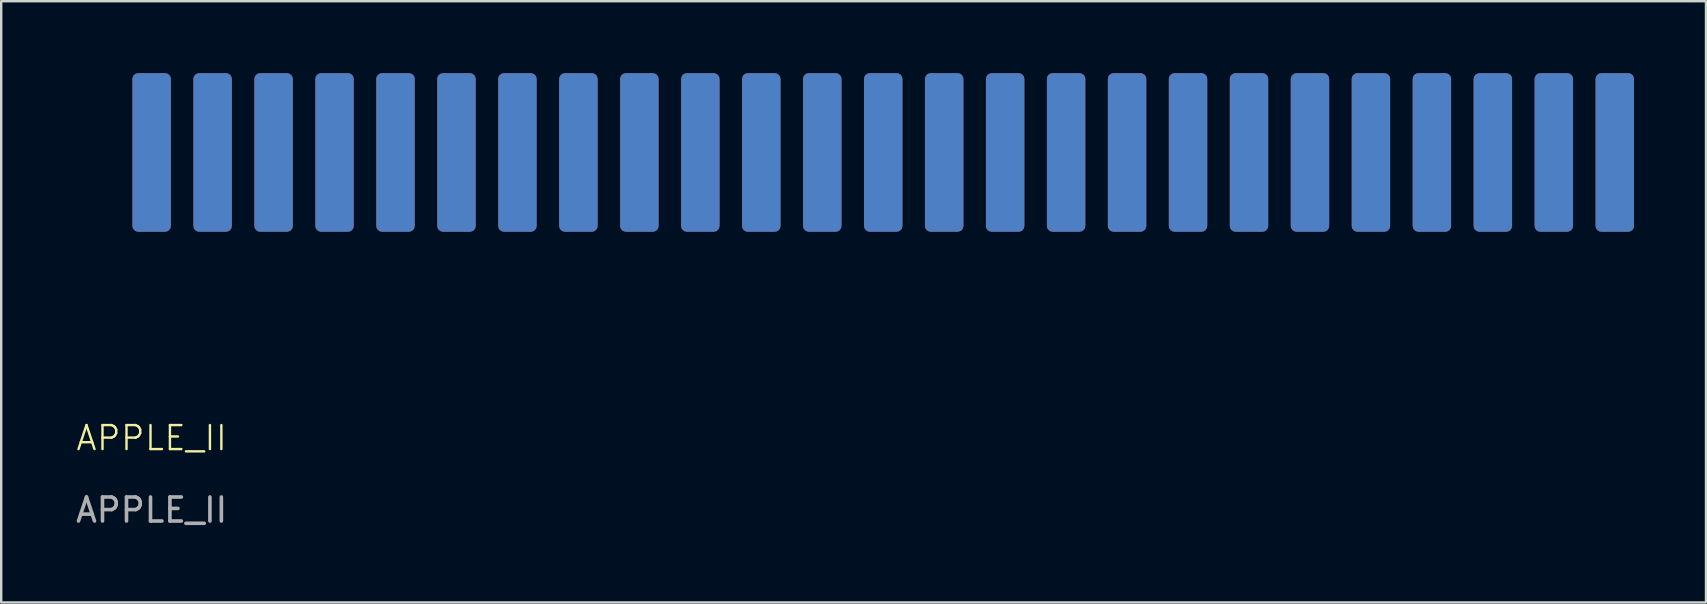
<source format=kicad_pcb>
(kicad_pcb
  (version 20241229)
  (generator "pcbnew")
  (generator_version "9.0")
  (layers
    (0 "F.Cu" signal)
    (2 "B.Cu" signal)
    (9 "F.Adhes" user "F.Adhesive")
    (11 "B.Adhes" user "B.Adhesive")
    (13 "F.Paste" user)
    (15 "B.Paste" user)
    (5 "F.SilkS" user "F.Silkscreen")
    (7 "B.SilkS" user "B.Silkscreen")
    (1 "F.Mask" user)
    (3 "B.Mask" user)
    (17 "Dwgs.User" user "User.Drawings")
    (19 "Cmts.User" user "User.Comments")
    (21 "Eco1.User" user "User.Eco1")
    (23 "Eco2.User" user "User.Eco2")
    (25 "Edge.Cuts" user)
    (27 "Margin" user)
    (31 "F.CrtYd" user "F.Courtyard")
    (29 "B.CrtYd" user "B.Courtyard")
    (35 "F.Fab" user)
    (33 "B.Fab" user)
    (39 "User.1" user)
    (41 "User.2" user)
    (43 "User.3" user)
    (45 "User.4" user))
  (footprint "APPLE_II"
    (layer "F.Cu")
    (at 3.268 3.302)
    (property "Reference" "APPLE_II" (at 0 11.9 0) (unlocked yes) (layer "F.SilkS") (effects (font (size 1 1) (thickness 0.1))))
    (attr smd)
    (fp_text user "${REFERENCE}" (at 0 14.9 0) (unlocked yes) (layer "F.Fab") (effects (font (size 1 1) (thickness 0.15))))
    (pad "1" smd roundrect (at 0 0) (size 1.6 6.604) (layers "F.Cu" "F.Mask" "F.Paste") (roundrect_rratio 0.15))
    (pad "2" smd roundrect (at 2.54 0) (size 1.6 6.604) (layers "F.Cu" "F.Mask" "F.Paste") (roundrect_rratio 0.15))
    (pad "3" smd roundrect (at 5.08 0) (size 1.6 6.604) (layers "F.Cu" "F.Mask" "F.Paste") (roundrect_rratio 0.15))
    (pad "4" smd roundrect (at 7.62 0) (size 1.6 6.604) (layers "F.Cu" "F.Mask" "F.Paste") (roundrect_rratio 0.15))
    (pad "5" smd roundrect (at 10.16 0) (size 1.6 6.604) (layers "F.Cu" "F.Mask" "F.Paste") (roundrect_rratio 0.15))
    (pad "6" smd roundrect (at 12.7 0) (size 1.6 6.604) (layers "F.Cu" "F.Mask" "F.Paste") (roundrect_rratio 0.15))
    (pad "7" smd roundrect (at 15.24 0) (size 1.6 6.604) (layers "F.Cu" "F.Mask" "F.Paste") (roundrect_rratio 0.15))
    (pad "8" smd roundrect (at 17.78 0) (size 1.6 6.604) (layers "F.Cu" "F.Mask" "F.Paste") (roundrect_rratio 0.15))
    (pad "9" smd roundrect (at 20.32 0) (size 1.6 6.604) (layers "F.Cu" "F.Mask" "F.Paste") (roundrect_rratio 0.15))
    (pad "10" smd roundrect (at 22.86 0) (size 1.6 6.604) (layers "F.Cu" "F.Mask" "F.Paste") (roundrect_rratio 0.15))
    (pad "11" smd roundrect (at 25.4 0) (size 1.6 6.604) (layers "F.Cu" "F.Mask" "F.Paste") (roundrect_rratio 0.15))
    (pad "12" smd roundrect (at 27.94 0) (size 1.6 6.604) (layers "F.Cu" "F.Mask" "F.Paste") (roundrect_rratio 0.15))
    (pad "13" smd roundrect (at 30.48 0) (size 1.6 6.604) (layers "F.Cu" "F.Mask" "F.Paste") (roundrect_rratio 0.15))
    (pad "14" smd roundrect (at 33.02 0) (size 1.6 6.604) (layers "F.Cu" "F.Mask" "F.Paste") (roundrect_rratio 0.15))
    (pad "15" smd roundrect (at 35.56 0) (size 1.6 6.604) (layers "F.Cu" "F.Mask" "F.Paste") (roundrect_rratio 0.15))
    (pad "16" smd roundrect (at 38.1 0) (size 1.6 6.604) (layers "F.Cu" "F.Mask" "F.Paste") (roundrect_rratio 0.15))
    (pad "17" smd roundrect (at 40.64 0) (size 1.6 6.604) (layers "F.Cu" "F.Mask" "F.Paste") (roundrect_rratio 0.15))
    (pad "18" smd roundrect (at 43.18 0) (size 1.6 6.604) (layers "F.Cu" "F.Mask" "F.Paste") (roundrect_rratio 0.15))
    (pad "19" smd roundrect (at 45.72 0) (size 1.6 6.604) (layers "F.Cu" "F.Mask" "F.Paste") (roundrect_rratio 0.15))
    (pad "20" smd roundrect (at 48.26 0) (size 1.6 6.604) (layers "F.Cu" "F.Mask" "F.Paste") (roundrect_rratio 0.15))
    (pad "21" smd roundrect (at 50.8 0) (size 1.6 6.604) (layers "F.Cu" "F.Mask" "F.Paste") (roundrect_rratio 0.15))
    (pad "22" smd roundrect (at 53.34 0) (size 1.6 6.604) (layers "F.Cu" "F.Mask" "F.Paste") (roundrect_rratio 0.15))
    (pad "23" smd roundrect (at 55.88 0) (size 1.6 6.604) (layers "F.Cu" "F.Mask" "F.Paste") (roundrect_rratio 0.15))
    (pad "24" smd roundrect (at 58.42 0) (size 1.6 6.604) (layers "F.Cu" "F.Mask" "F.Paste") (roundrect_rratio 0.15))
    (pad "25" smd roundrect (at 60.96 0) (size 1.6 6.604) (layers "F.Cu" "F.Mask" "F.Paste") (roundrect_rratio 0.15))
    (pad "26" smd roundrect (at 60.96 0 180) (size 1.6 6.604) (layers "B.Cu" "B.Mask" "B.Paste") (roundrect_rratio 0.15))
    (pad "27" smd roundrect (at 58.42 0 180) (size 1.6 6.604) (layers "B.Cu" "B.Mask" "B.Paste") (roundrect_rratio 0.15))
    (pad "28" smd roundrect (at 55.88 0 180) (size 1.6 6.604) (layers "B.Cu" "B.Mask" "B.Paste") (roundrect_rratio 0.15))
    (pad "29" smd roundrect (at 53.34 0 180) (size 1.6 6.604) (layers "B.Cu" "B.Mask" "B.Paste") (roundrect_rratio 0.15))
    (pad "30" smd roundrect (at 50.8 0 180) (size 1.6 6.604) (layers "B.Cu" "B.Mask" "B.Paste") (roundrect_rratio 0.15))
    (pad "31" smd roundrect (at 48.26 0 180) (size 1.6 6.604) (layers "B.Cu" "B.Mask" "B.Paste") (roundrect_rratio 0.15))
    (pad "32" smd roundrect (at 45.72 0 180) (size 1.6 6.604) (layers "B.Cu" "B.Mask" "B.Paste") (roundrect_rratio 0.15))
    (pad "33" smd roundrect (at 43.18 0 180) (size 1.6 6.604) (layers "B.Cu" "B.Mask" "B.Paste") (roundrect_rratio 0.15))
    (pad "34" smd roundrect (at 40.64 0 180) (size 1.6 6.604) (layers "B.Cu" "B.Mask" "B.Paste") (roundrect_rratio 0.15))
    (pad "35" smd roundrect (at 38.1 0 180) (size 1.6 6.604) (layers "B.Cu" "B.Mask" "B.Paste") (roundrect_rratio 0.15))
    (pad "36" smd roundrect (at 35.56 0 180) (size 1.6 6.604) (layers "B.Cu" "B.Mask" "B.Paste") (roundrect_rratio 0.15))
    (pad "37" smd roundrect (at 33.02 0 180) (size 1.6 6.604) (layers "B.Cu" "B.Mask" "B.Paste") (roundrect_rratio 0.15))
    (pad "38" smd roundrect (at 30.48 0 180) (size 1.6 6.604) (layers "B.Cu" "B.Mask" "B.Paste") (roundrect_rratio 0.15))
    (pad "39" smd roundrect (at 27.94 0 180) (size 1.6 6.604) (layers "B.Cu" "B.Mask" "B.Paste") (roundrect_rratio 0.15))
    (pad "40" smd roundrect (at 25.4 0 180) (size 1.6 6.604) (layers "B.Cu" "B.Mask" "B.Paste") (roundrect_rratio 0.15))
    (pad "41" smd roundrect (at 22.86 0 180) (size 1.6 6.604) (layers "B.Cu" "B.Mask" "B.Paste") (roundrect_rratio 0.15))
    (pad "42" smd roundrect (at 20.32 0 180) (size 1.6 6.604) (layers "B.Cu" "B.Mask" "B.Paste") (roundrect_rratio 0.15))
    (pad "43" smd roundrect (at 17.78 0 180) (size 1.6 6.604) (layers "B.Cu" "B.Mask" "B.Paste") (roundrect_rratio 0.15))
    (pad "44" smd roundrect (at 15.24 0 180) (size 1.6 6.604) (layers "B.Cu" "B.Mask" "B.Paste") (roundrect_rratio 0.15))
    (pad "45" smd roundrect (at 12.7 0 180) (size 1.6 6.604) (layers "B.Cu" "B.Mask" "B.Paste") (roundrect_rratio 0.15))
    (pad "46" smd roundrect (at 10.16 0 180) (size 1.6 6.604) (layers "B.Cu" "B.Mask" "B.Paste") (roundrect_rratio 0.15))
    (pad "47" smd roundrect (at 7.62 0 180) (size 1.6 6.604) (layers "B.Cu" "B.Mask" "B.Paste") (roundrect_rratio 0.15))
    (pad "48" smd roundrect (at 5.08 0 180) (size 1.6 6.604) (layers "B.Cu" "B.Mask" "B.Paste") (roundrect_rratio 0.15))
    (pad "49" smd roundrect (at 2.54 0 180) (size 1.6 6.604) (layers "B.Cu" "B.Mask" "B.Paste") (roundrect_rratio 0.15))
    (pad "50" smd roundrect (at 0 0 180) (size 1.6 6.604) (layers "B.Cu" "B.Mask" "B.Paste") (roundrect_rratio 0.15)))
  (gr_rect
    (start -3 -3)
    (end 68.028 22.05)
    (stroke (width 0.1) (type default))
    (fill no)
    (layer "Edge.Cuts")))
</source>
